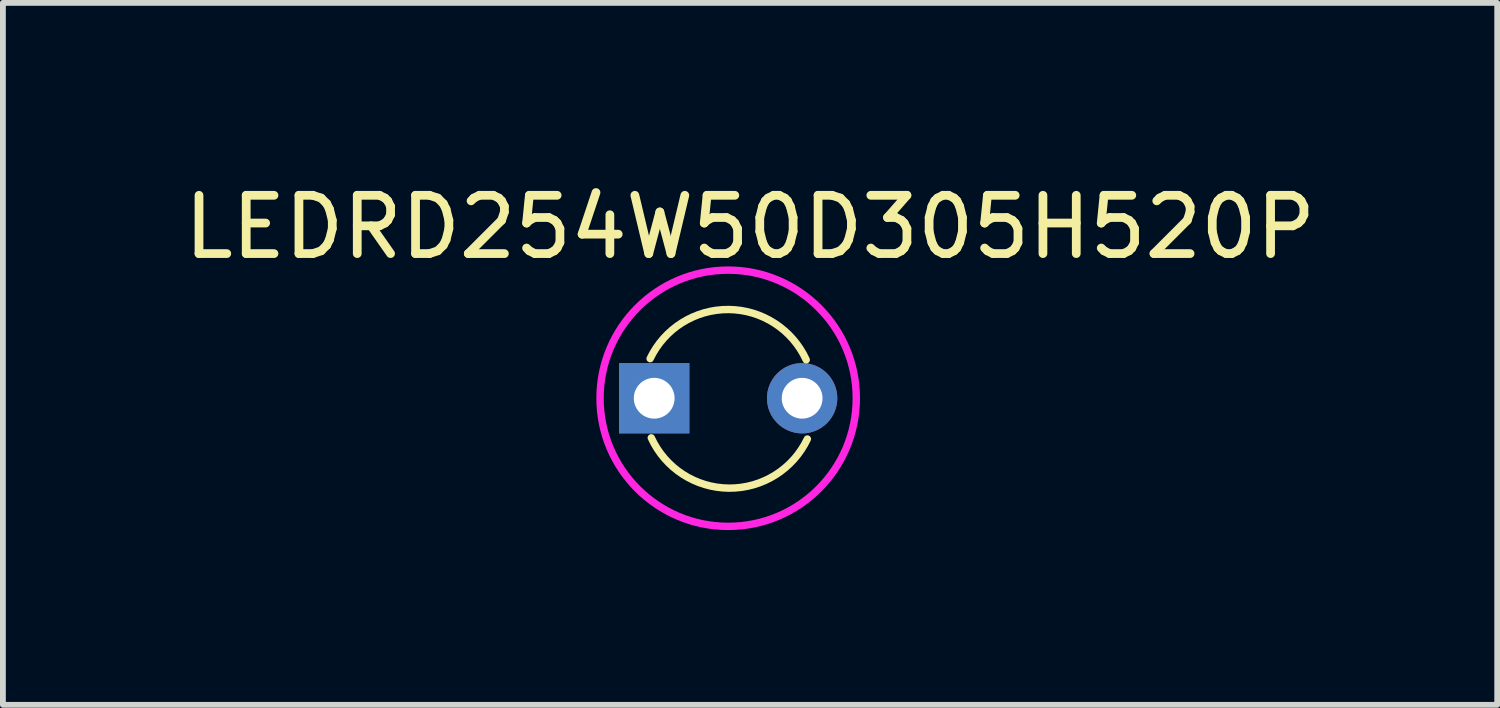
<source format=kicad_pcb>
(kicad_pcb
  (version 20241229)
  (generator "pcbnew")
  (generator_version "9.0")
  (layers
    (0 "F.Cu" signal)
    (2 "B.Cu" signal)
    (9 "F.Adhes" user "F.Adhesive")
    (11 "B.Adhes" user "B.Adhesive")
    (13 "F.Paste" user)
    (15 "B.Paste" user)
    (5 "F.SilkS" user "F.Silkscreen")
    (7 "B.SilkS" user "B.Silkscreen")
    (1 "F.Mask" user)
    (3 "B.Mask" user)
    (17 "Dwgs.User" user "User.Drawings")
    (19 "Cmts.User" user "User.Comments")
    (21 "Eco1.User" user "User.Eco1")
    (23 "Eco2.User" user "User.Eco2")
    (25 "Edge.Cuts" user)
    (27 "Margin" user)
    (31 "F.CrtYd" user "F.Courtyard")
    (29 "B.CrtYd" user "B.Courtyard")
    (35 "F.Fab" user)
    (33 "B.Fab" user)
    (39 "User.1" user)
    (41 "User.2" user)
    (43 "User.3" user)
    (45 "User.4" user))
  (footprint "LEDRD254W50D305H520P"
    (layer "F.Cu")
    (at 9.453 3.788)
    (property "Reference" "LEDRD254W50D305H520P" (at 0.376 -2.939 0) (layer "F.SilkS") (effects (font (size 1.001 1.001) (thickness 0.15))))
    (attr through_hole)
    (fp_arc (start -1.34 -0.68) (mid 0.006371 -1.523674) (end 1.34 -0.66) (stroke (width 0.127) (type solid)) (layer "F.SilkS"))
    (fp_arc (start 1.36 0.7) (mid 0.013629 1.543674) (end -1.32 0.68) (stroke (width 0.127) (type solid)) (layer "F.SilkS"))
    (fp_circle (center 0 0) (end 2.2 0) (stroke (width 0.127) (type solid)) (fill no) (layer "F.CrtYd"))
    (pad "A" thru_hole rect (at -1.27 0) (size 1.208 1.208) (drill 0.7) (layers "*.Cu" "*.Mask"))
    (pad "C" thru_hole circle (at 1.27 0) (size 1.208 1.208) (drill 0.7) (layers "*.Cu" "*.Mask")))
  (gr_rect
    (start -3 -3)
    (end 22.658 9.052)
    (stroke (width 0.1) (type default))
    (fill no)
    (layer "Edge.Cuts")))
</source>
